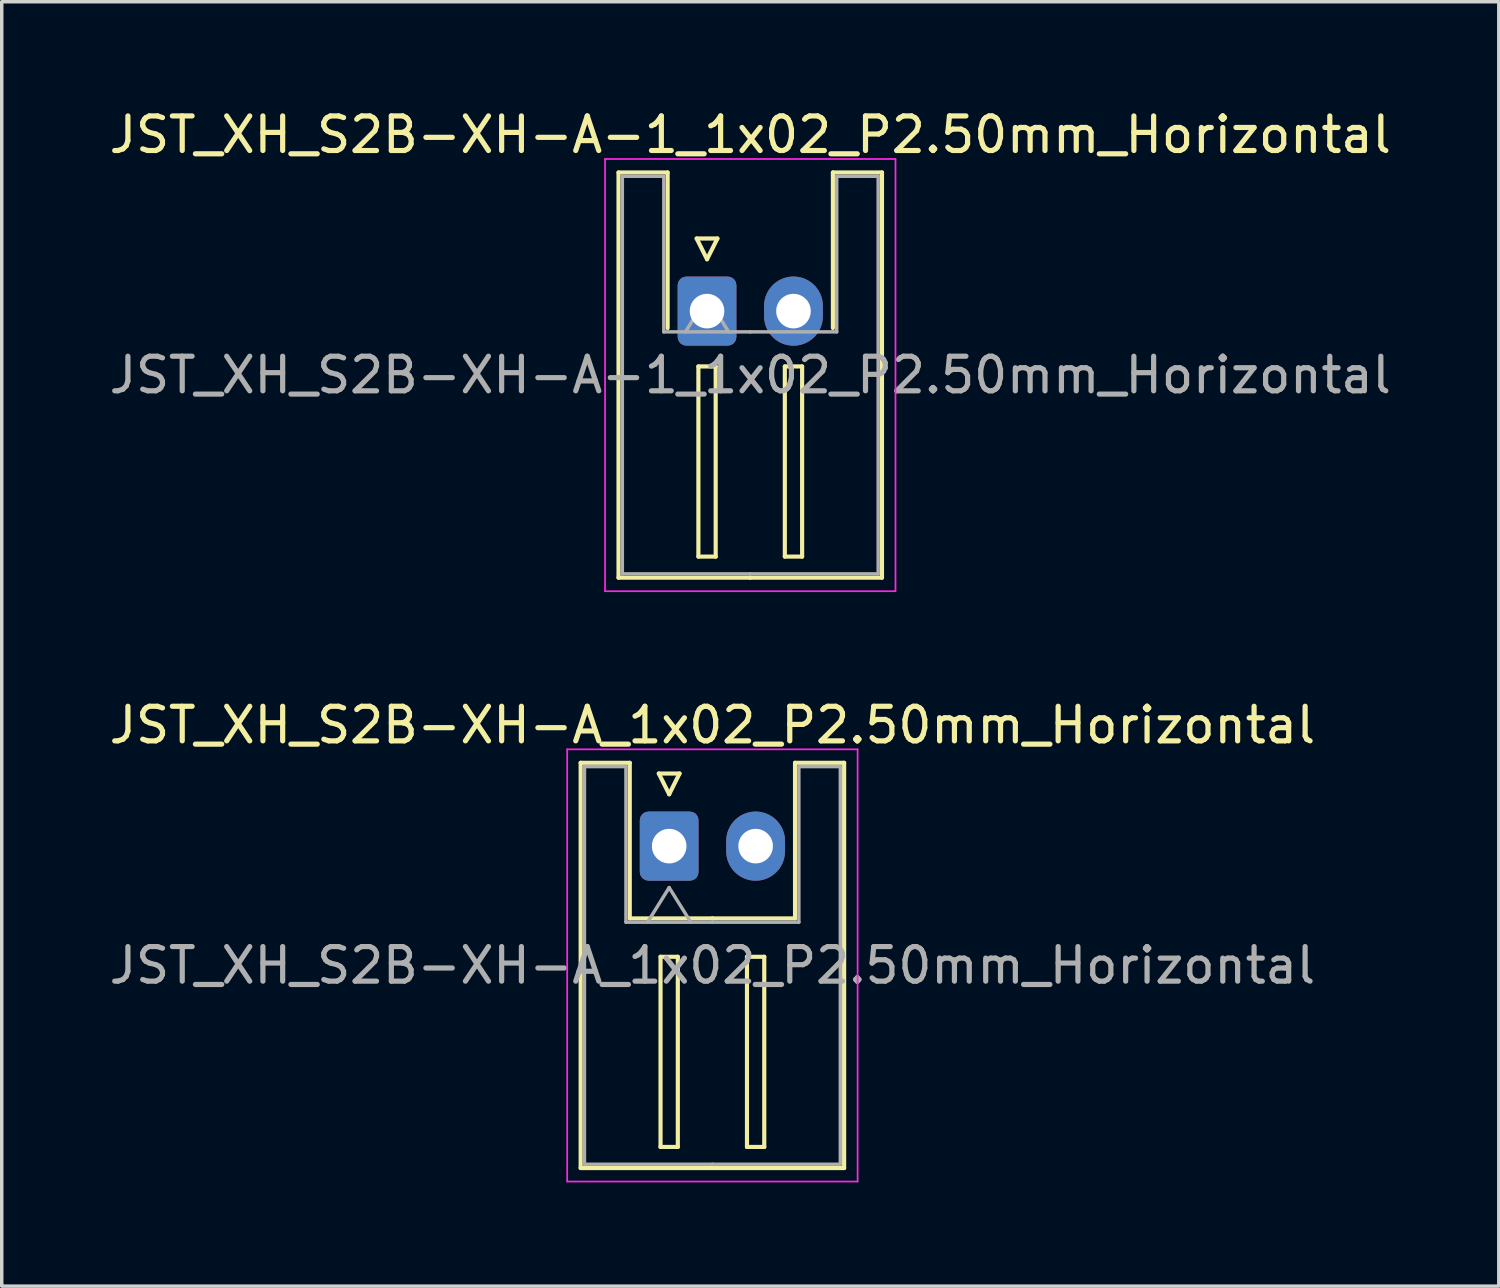
<source format=kicad_pcb>
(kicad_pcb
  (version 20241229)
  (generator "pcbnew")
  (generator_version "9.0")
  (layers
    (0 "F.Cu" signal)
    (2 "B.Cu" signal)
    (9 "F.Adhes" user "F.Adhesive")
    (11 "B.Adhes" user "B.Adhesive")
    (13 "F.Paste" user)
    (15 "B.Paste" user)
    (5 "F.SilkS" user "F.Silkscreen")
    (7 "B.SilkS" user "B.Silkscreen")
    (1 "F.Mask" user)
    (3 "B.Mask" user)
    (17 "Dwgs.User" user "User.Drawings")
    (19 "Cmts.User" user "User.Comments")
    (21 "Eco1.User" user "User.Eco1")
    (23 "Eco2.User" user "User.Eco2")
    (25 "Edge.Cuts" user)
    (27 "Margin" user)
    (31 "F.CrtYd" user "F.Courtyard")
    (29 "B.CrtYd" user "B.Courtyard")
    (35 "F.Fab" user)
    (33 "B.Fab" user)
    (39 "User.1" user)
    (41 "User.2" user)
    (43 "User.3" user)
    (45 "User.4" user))
  (footprint "JST_XH_S2B-XH-A-1_1x02_P2.50mm_Horizontal"
    (layer "F.Cu")
    (at 17.399 5.948)
    (property "Reference" "JST_XH_S2B-XH-A-1_1x02_P2.50mm_Horizontal" (at 1.25 -5.1 0) (layer "F.SilkS") (effects (font (size 1 1) (thickness 0.15))))
    (attr through_hole)
    (fp_line (start -2.56 -4.01) (end -1.14 -4.01) (stroke (width 0.12) (type solid)) (layer "F.SilkS"))
    (fp_line (start -2.56 7.71) (end -2.56 -4.01) (stroke (width 0.12) (type solid)) (layer "F.SilkS"))
    (fp_line (start -1.14 -4.01) (end -1.14 0.49) (stroke (width 0.12) (type solid)) (layer "F.SilkS"))
    (fp_line (start -0.3 -2.1) (end 0.3 -2.1) (stroke (width 0.12) (type solid)) (layer "F.SilkS"))
    (fp_line (start -0.25 1.6) (end -0.25 7.1) (stroke (width 0.12) (type solid)) (layer "F.SilkS"))
    (fp_line (start -0.25 7.1) (end 0.25 7.1) (stroke (width 0.12) (type solid)) (layer "F.SilkS"))
    (fp_line (start 0 -1.5) (end -0.3 -2.1) (stroke (width 0.12) (type solid)) (layer "F.SilkS"))
    (fp_line (start 0.25 1.6) (end -0.25 1.6) (stroke (width 0.12) (type solid)) (layer "F.SilkS"))
    (fp_line (start 0.25 7.1) (end 0.25 1.6) (stroke (width 0.12) (type solid)) (layer "F.SilkS"))
    (fp_line (start 0.3 -2.1) (end 0 -1.5) (stroke (width 0.12) (type solid)) (layer "F.SilkS"))
    (fp_line (start 1.25 7.71) (end -2.56 7.71) (stroke (width 0.12) (type solid)) (layer "F.SilkS"))
    (fp_line (start 1.25 7.71) (end 5.06 7.71) (stroke (width 0.12) (type solid)) (layer "F.SilkS"))
    (fp_line (start 2.25 1.6) (end 2.25 7.1) (stroke (width 0.12) (type solid)) (layer "F.SilkS"))
    (fp_line (start 2.25 7.1) (end 2.75 7.1) (stroke (width 0.12) (type solid)) (layer "F.SilkS"))
    (fp_line (start 2.75 1.6) (end 2.25 1.6) (stroke (width 0.12) (type solid)) (layer "F.SilkS"))
    (fp_line (start 2.75 7.1) (end 2.75 1.6) (stroke (width 0.12) (type solid)) (layer "F.SilkS"))
    (fp_line (start 3.64 -4.01) (end 3.64 0.49) (stroke (width 0.12) (type solid)) (layer "F.SilkS"))
    (fp_line (start 5.06 -4.01) (end 3.64 -4.01) (stroke (width 0.12) (type solid)) (layer "F.SilkS"))
    (fp_line (start 5.06 7.71) (end 5.06 -4.01) (stroke (width 0.12) (type solid)) (layer "F.SilkS"))
    (fp_line (start -2.95 -4.4) (end -2.95 8.1) (stroke (width 0.05) (type solid)) (layer "F.CrtYd"))
    (fp_line (start -2.95 8.1) (end 5.45 8.1) (stroke (width 0.05) (type solid)) (layer "F.CrtYd"))
    (fp_line (start 5.45 -4.4) (end -2.95 -4.4) (stroke (width 0.05) (type solid)) (layer "F.CrtYd"))
    (fp_line (start 5.45 8.1) (end 5.45 -4.4) (stroke (width 0.05) (type solid)) (layer "F.CrtYd"))
    (fp_line (start -2.45 -3.9) (end -1.25 -3.9) (stroke (width 0.1) (type solid)) (layer "F.Fab"))
    (fp_line (start -2.45 7.6) (end -2.45 -3.9) (stroke (width 0.1) (type solid)) (layer "F.Fab"))
    (fp_line (start -1.25 -3.9) (end -1.25 0.6) (stroke (width 0.1) (type solid)) (layer "F.Fab"))
    (fp_line (start -1.25 0.6) (end 1.25 0.6) (stroke (width 0.1) (type solid)) (layer "F.Fab"))
    (fp_line (start -0.625 0.6) (end 0 -0.4) (stroke (width 0.1) (type solid)) (layer "F.Fab"))
    (fp_line (start 0 -0.4) (end 0.625 0.6) (stroke (width 0.1) (type solid)) (layer "F.Fab"))
    (fp_line (start 1.25 7.6) (end -2.45 7.6) (stroke (width 0.1) (type solid)) (layer "F.Fab"))
    (fp_line (start 1.25 7.6) (end 4.95 7.6) (stroke (width 0.1) (type solid)) (layer "F.Fab"))
    (fp_line (start 3.75 -3.9) (end 3.75 0.6) (stroke (width 0.1) (type solid)) (layer "F.Fab"))
    (fp_line (start 3.75 0.6) (end 1.25 0.6) (stroke (width 0.1) (type solid)) (layer "F.Fab"))
    (fp_line (start 4.95 -3.9) (end 3.75 -3.9) (stroke (width 0.1) (type solid)) (layer "F.Fab"))
    (fp_line (start 4.95 7.6) (end 4.95 -3.9) (stroke (width 0.1) (type solid)) (layer "F.Fab"))
    (fp_text user "${REFERENCE}" (at 1.25 1.85 0) (layer "F.Fab") (effects (font (size 1 1) (thickness 0.15))))
    (pad "1" thru_hole roundrect (at 0 0) (size 1.7 2) (drill 1) (layers "*.Cu" "*.Mask") (roundrect_rratio 0.147))
    (pad "2" thru_hole oval (at 2.5 0) (size 1.7 2) (drill 1) (layers "*.Cu" "*.Mask")))
  (footprint "JST_XH_S2B-XH-A_1x02_P2.50mm_Horizontal"
    (layer "F.Cu")
    (at 16.304 21.422)
    (property "Reference" "JST_XH_S2B-XH-A_1x02_P2.50mm_Horizontal" (at 1.25 -3.5 0) (layer "F.SilkS") (effects (font (size 1 1) (thickness 0.15))))
    (attr through_hole)
    (fp_line (start -2.56 -2.41) (end -1.14 -2.41) (stroke (width 0.12) (type solid)) (layer "F.SilkS"))
    (fp_line (start -2.56 9.31) (end -2.56 -2.41) (stroke (width 0.12) (type solid)) (layer "F.SilkS"))
    (fp_line (start -1.14 -2.41) (end -1.14 2.09) (stroke (width 0.12) (type solid)) (layer "F.SilkS"))
    (fp_line (start -1.14 2.09) (end 1.25 2.09) (stroke (width 0.12) (type solid)) (layer "F.SilkS"))
    (fp_line (start -0.3 -2.1) (end 0.3 -2.1) (stroke (width 0.12) (type solid)) (layer "F.SilkS"))
    (fp_line (start -0.25 3.2) (end -0.25 8.7) (stroke (width 0.12) (type solid)) (layer "F.SilkS"))
    (fp_line (start -0.25 8.7) (end 0.25 8.7) (stroke (width 0.12) (type solid)) (layer "F.SilkS"))
    (fp_line (start 0 -1.5) (end -0.3 -2.1) (stroke (width 0.12) (type solid)) (layer "F.SilkS"))
    (fp_line (start 0.25 3.2) (end -0.25 3.2) (stroke (width 0.12) (type solid)) (layer "F.SilkS"))
    (fp_line (start 0.25 8.7) (end 0.25 3.2) (stroke (width 0.12) (type solid)) (layer "F.SilkS"))
    (fp_line (start 0.3 -2.1) (end 0 -1.5) (stroke (width 0.12) (type solid)) (layer "F.SilkS"))
    (fp_line (start 1.25 9.31) (end -2.56 9.31) (stroke (width 0.12) (type solid)) (layer "F.SilkS"))
    (fp_line (start 1.25 9.31) (end 5.06 9.31) (stroke (width 0.12) (type solid)) (layer "F.SilkS"))
    (fp_line (start 2.25 3.2) (end 2.25 8.7) (stroke (width 0.12) (type solid)) (layer "F.SilkS"))
    (fp_line (start 2.25 8.7) (end 2.75 8.7) (stroke (width 0.12) (type solid)) (layer "F.SilkS"))
    (fp_line (start 2.75 3.2) (end 2.25 3.2) (stroke (width 0.12) (type solid)) (layer "F.SilkS"))
    (fp_line (start 2.75 8.7) (end 2.75 3.2) (stroke (width 0.12) (type solid)) (layer "F.SilkS"))
    (fp_line (start 3.64 -2.41) (end 3.64 2.09) (stroke (width 0.12) (type solid)) (layer "F.SilkS"))
    (fp_line (start 3.64 2.09) (end 1.25 2.09) (stroke (width 0.12) (type solid)) (layer "F.SilkS"))
    (fp_line (start 5.06 -2.41) (end 3.64 -2.41) (stroke (width 0.12) (type solid)) (layer "F.SilkS"))
    (fp_line (start 5.06 9.31) (end 5.06 -2.41) (stroke (width 0.12) (type solid)) (layer "F.SilkS"))
    (fp_line (start -2.95 -2.8) (end -2.95 9.7) (stroke (width 0.05) (type solid)) (layer "F.CrtYd"))
    (fp_line (start -2.95 9.7) (end 5.45 9.7) (stroke (width 0.05) (type solid)) (layer "F.CrtYd"))
    (fp_line (start 5.45 -2.8) (end -2.95 -2.8) (stroke (width 0.05) (type solid)) (layer "F.CrtYd"))
    (fp_line (start 5.45 9.7) (end 5.45 -2.8) (stroke (width 0.05) (type solid)) (layer "F.CrtYd"))
    (fp_line (start -2.45 -2.3) (end -1.25 -2.3) (stroke (width 0.1) (type solid)) (layer "F.Fab"))
    (fp_line (start -2.45 9.2) (end -2.45 -2.3) (stroke (width 0.1) (type solid)) (layer "F.Fab"))
    (fp_line (start -1.25 -2.3) (end -1.25 2.2) (stroke (width 0.1) (type solid)) (layer "F.Fab"))
    (fp_line (start -1.25 2.2) (end 1.25 2.2) (stroke (width 0.1) (type solid)) (layer "F.Fab"))
    (fp_line (start -0.625 2.2) (end 0 1.2) (stroke (width 0.1) (type solid)) (layer "F.Fab"))
    (fp_line (start 0 1.2) (end 0.625 2.2) (stroke (width 0.1) (type solid)) (layer "F.Fab"))
    (fp_line (start 1.25 9.2) (end -2.45 9.2) (stroke (width 0.1) (type solid)) (layer "F.Fab"))
    (fp_line (start 1.25 9.2) (end 4.95 9.2) (stroke (width 0.1) (type solid)) (layer "F.Fab"))
    (fp_line (start 3.75 -2.3) (end 3.75 2.2) (stroke (width 0.1) (type solid)) (layer "F.Fab"))
    (fp_line (start 3.75 2.2) (end 1.25 2.2) (stroke (width 0.1) (type solid)) (layer "F.Fab"))
    (fp_line (start 4.95 -2.3) (end 3.75 -2.3) (stroke (width 0.1) (type solid)) (layer "F.Fab"))
    (fp_line (start 4.95 9.2) (end 4.95 -2.3) (stroke (width 0.1) (type solid)) (layer "F.Fab"))
    (fp_text user "${REFERENCE}" (at 1.25 3.45 0) (layer "F.Fab") (effects (font (size 1 1) (thickness 0.15))))
    (pad "1" thru_hole roundrect (at 0 0) (size 1.7 2) (drill 1) (layers "*.Cu" "*.Mask") (roundrect_rratio 0.147))
    (pad "2" thru_hole oval (at 2.5 0) (size 1.7 2) (drill 1) (layers "*.Cu" "*.Mask")))
  (gr_rect
    (start -3 -3)
    (end 40.298 34.147)
    (stroke (width 0.1) (type default))
    (fill no)
    (layer "Edge.Cuts")))
</source>
